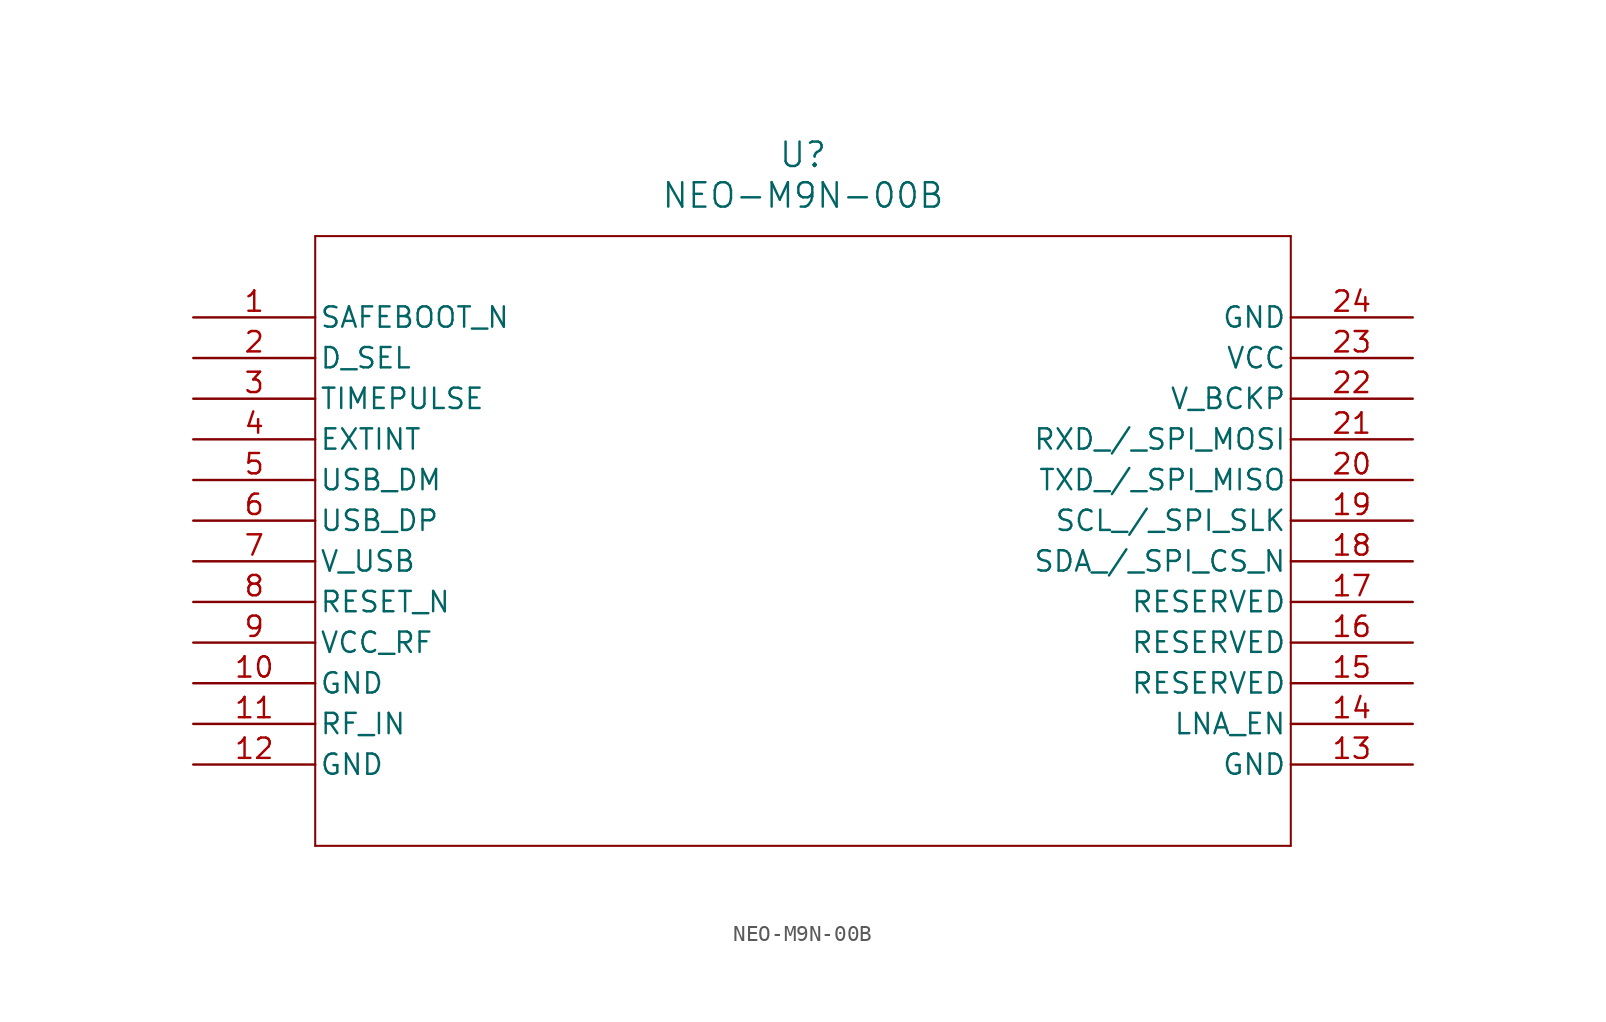
<source format=kicad_sym>
(kicad_symbol_lib
  (version 20211014)
  (generator kicad_symbol_editor)
  (symbol "NEO-M9N-00B"
    (pin_names
      (offset 0.254))
    (property "Reference" "U"
      (at 38.1 10.16 0)
      (effects (font (size 1.524 1.524))))
    (property "Value" "NEO-M9N-00B"
      (at 38.1 7.62 0)
      (effects (font (size 1.524 1.524))))
    (symbol "NEO-M9N-00B_0_1"
      (polyline (pts (xy 7.62 5.08) (xy 7.62 -33.02)) (stroke (width 0.127) (type default) (color 0 0 0 0)) (fill (type none)))
      (polyline (pts (xy 7.62 -33.02) (xy 68.58 -33.02)) (stroke (width 0.127) (type default) (color 0 0 0 0)) (fill (type none)))
      (polyline (pts (xy 68.58 -33.02) (xy 68.58 5.08)) (stroke (width 0.127) (type default) (color 0 0 0 0)) (fill (type none)))
      (polyline (pts (xy 68.58 5.08) (xy 7.62 5.08)) (stroke (width 0.127) (type default) (color 0 0 0 0)) (fill (type none)))
      (pin unspecified line (at 0 0 0) (length 7.62) (name "SAFEBOOT_N" (effects (font (size 1.27 1.27)))) (number "1" (effects (font (size 1.27 1.27)))))
      (pin unspecified line (at 0 -2.54 0) (length 7.62) (name "D_SEL" (effects (font (size 1.27 1.27)))) (number "2" (effects (font (size 1.27 1.27)))))
      (pin unspecified line (at 0 -5.08 0) (length 7.62) (name "TIMEPULSE" (effects (font (size 1.27 1.27)))) (number "3" (effects (font (size 1.27 1.27)))))
      (pin unspecified line (at 0 -7.62 0) (length 7.62) (name "EXTINT" (effects (font (size 1.27 1.27)))) (number "4" (effects (font (size 1.27 1.27)))))
      (pin unspecified line (at 0 -10.16 0) (length 7.62) (name "USB_DM" (effects (font (size 1.27 1.27)))) (number "5" (effects (font (size 1.27 1.27)))))
      (pin unspecified line (at 0 -12.7 0) (length 7.62) (name "USB_DP" (effects (font (size 1.27 1.27)))) (number "6" (effects (font (size 1.27 1.27)))))
      (pin unspecified line (at 0 -15.24 0) (length 7.62) (name "V_USB" (effects (font (size 1.27 1.27)))) (number "7" (effects (font (size 1.27 1.27)))))
      (pin unspecified line (at 0 -17.78 0) (length 7.62) (name "RESET_N" (effects (font (size 1.27 1.27)))) (number "8" (effects (font (size 1.27 1.27)))))
      (pin power_in line (at 0 -20.32 0) (length 7.62) (name "VCC_RF" (effects (font (size 1.27 1.27)))) (number "9" (effects (font (size 1.27 1.27)))))
      (pin power_out line (at 0 -22.86 0) (length 7.62) (name "GND" (effects (font (size 1.27 1.27)))) (number "10" (effects (font (size 1.27 1.27)))))
      (pin unspecified line (at 0 -25.4 0) (length 7.62) (name "RF_IN" (effects (font (size 1.27 1.27)))) (number "11" (effects (font (size 1.27 1.27)))))
      (pin power_out line (at 0 -27.94 0) (length 7.62) (name "GND" (effects (font (size 1.27 1.27)))) (number "12" (effects (font (size 1.27 1.27)))))
      (pin power_out line (at 76.2 -27.94 180) (length 7.62) (name "GND" (effects (font (size 1.27 1.27)))) (number "13" (effects (font (size 1.27 1.27)))))
      (pin unspecified line (at 76.2 -25.4 180) (length 7.62) (name "LNA_EN" (effects (font (size 1.27 1.27)))) (number "14" (effects (font (size 1.27 1.27)))))
      (pin unspecified line (at 76.2 -22.86 180) (length 7.62) (name "RESERVED" (effects (font (size 1.27 1.27)))) (number "15" (effects (font (size 1.27 1.27)))))
      (pin unspecified line (at 76.2 -20.32 180) (length 7.62) (name "RESERVED" (effects (font (size 1.27 1.27)))) (number "16" (effects (font (size 1.27 1.27)))))
      (pin unspecified line (at 76.2 -17.78 180) (length 7.62) (name "RESERVED" (effects (font (size 1.27 1.27)))) (number "17" (effects (font (size 1.27 1.27)))))
      (pin unspecified line (at 76.2 -15.24 180) (length 7.62) (name "SDA / SPI CS_N" (effects (font (size 1.27 1.27)))) (number "18" (effects (font (size 1.27 1.27)))))
      (pin unspecified line (at 76.2 -12.7 180) (length 7.62) (name "SCL / SPI SLK" (effects (font (size 1.27 1.27)))) (number "19" (effects (font (size 1.27 1.27)))))
      (pin unspecified line (at 76.2 -10.16 180) (length 7.62) (name "TXD / SPI MISO" (effects (font (size 1.27 1.27)))) (number "20" (effects (font (size 1.27 1.27)))))
      (pin unspecified line (at 76.2 -7.62 180) (length 7.62) (name "RXD / SPI MOSI" (effects (font (size 1.27 1.27)))) (number "21" (effects (font (size 1.27 1.27)))))
      (pin unspecified line (at 76.2 -5.08 180) (length 7.62) (name "V_BCKP" (effects (font (size 1.27 1.27)))) (number "22" (effects (font (size 1.27 1.27)))))
      (pin power_in line (at 76.2 -2.54 180) (length 7.62) (name "VCC" (effects (font (size 1.27 1.27)))) (number "23" (effects (font (size 1.27 1.27)))))
      (pin power_out line (at 76.2 0 180) (length 7.62) (name "GND" (effects (font (size 1.27 1.27)))) (number "24" (effects (font (size 1.27 1.27))))))))
</source>
